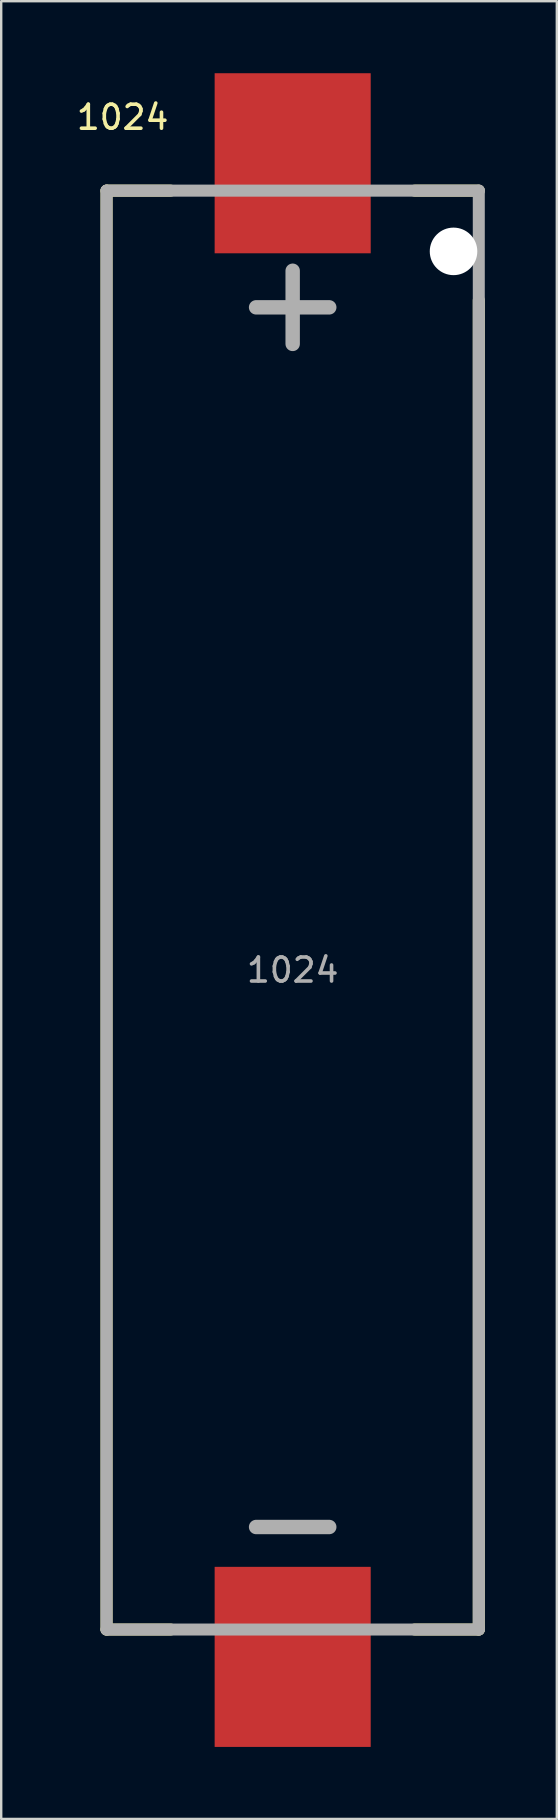
<source format=kicad_pcb>
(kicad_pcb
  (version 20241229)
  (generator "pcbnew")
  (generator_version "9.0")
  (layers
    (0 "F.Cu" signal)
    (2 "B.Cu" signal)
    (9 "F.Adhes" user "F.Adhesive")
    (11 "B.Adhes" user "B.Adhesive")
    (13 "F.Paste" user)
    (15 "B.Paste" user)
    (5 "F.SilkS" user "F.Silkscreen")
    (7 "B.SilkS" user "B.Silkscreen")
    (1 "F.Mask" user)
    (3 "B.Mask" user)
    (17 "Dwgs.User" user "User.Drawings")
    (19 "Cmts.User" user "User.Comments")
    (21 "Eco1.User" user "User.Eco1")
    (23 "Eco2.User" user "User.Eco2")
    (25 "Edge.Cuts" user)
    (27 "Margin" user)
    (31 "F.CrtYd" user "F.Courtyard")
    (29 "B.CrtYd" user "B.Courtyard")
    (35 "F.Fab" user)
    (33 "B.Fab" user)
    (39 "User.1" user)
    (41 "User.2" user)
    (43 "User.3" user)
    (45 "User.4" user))
  (footprint "1024"
    (layer "F.Cu")
    (at 9.14 34.855)
    (property "Reference" "1024" (at -5.08 -33.02 0) (unlocked yes) (layer "F.SilkS") (effects (font (size 1 1) (thickness 0.15)) (justify right)))
    (attr smd)
    (fp_line (start -7.752 -29.965) (end -7.752 29.965) (stroke (width 0.5) (type solid)) (layer "F.SilkS"))
    (fp_line (start -5.08 -29.965) (end -7.752 -29.965) (stroke (width 0.5) (type solid)) (layer "F.SilkS"))
    (fp_line (start -5.08 29.965) (end -7.752 29.965) (stroke (width 0.5) (type solid)) (layer "F.SilkS"))
    (fp_line (start 5.08 29.965) (end 7.752 29.965) (stroke (width 0.5) (type solid)) (layer "F.SilkS"))
    (fp_line (start 7.752 -29.965) (end 5.08 -29.965) (stroke (width 0.5) (type solid)) (layer "F.SilkS"))
    (fp_line (start 7.752 29.965) (end 7.752 -25.4) (stroke (width 0.5) (type solid)) (layer "F.SilkS"))
    (fp_line (start -7.752 -29.965) (end -7.752 29.965) (stroke (width 0.5) (type solid)) (layer "F.Fab"))
    (fp_line (start -7.752 -29.965) (end 7.752 -29.965) (stroke (width 0.5) (type solid)) (layer "F.Fab"))
    (fp_line (start -7.752 29.965) (end 7.752 29.965) (stroke (width 0.5) (type solid)) (layer "F.Fab"))
    (fp_line (start 7.752 29.965) (end 7.752 -29.965) (stroke (width 0.5) (type solid)) (layer "F.Fab"))
    (fp_text user "${REFERENCE}" (at 0 2.5 0) (unlocked yes) (layer "F.Fab") (effects (font (size 1 1) (thickness 0.15))))
    (fp_text user "-" (at 0 25.4 0) (unlocked yes) (layer "F.Fab") (effects (font (size 4 4) (thickness 0.6))))
    (fp_text user "+" (at 0 -25.4 0) (unlocked yes) (layer "F.Fab") (effects (font (size 4 4) (thickness 0.6))))
    (pad "" np_thru_hole circle (at 6.7 -27.435) (size 1.98 1.98) (drill 1.98) (layers "*.Cu" "*.Mask"))
    (pad "1" smd rect (at 0 -31.105) (size 6.5 7.5) (layers "F.Cu" "F.Mask" "F.Paste"))
    (pad "2" smd rect (at 0 31.105) (size 6.5 7.5) (layers "F.Cu" "F.Mask" "F.Paste")))
  (gr_rect
    (start -3 -3)
    (end 20.142 72.71)
    (stroke (width 0.1) (type default))
    (fill no)
    (layer "Edge.Cuts")))
</source>
